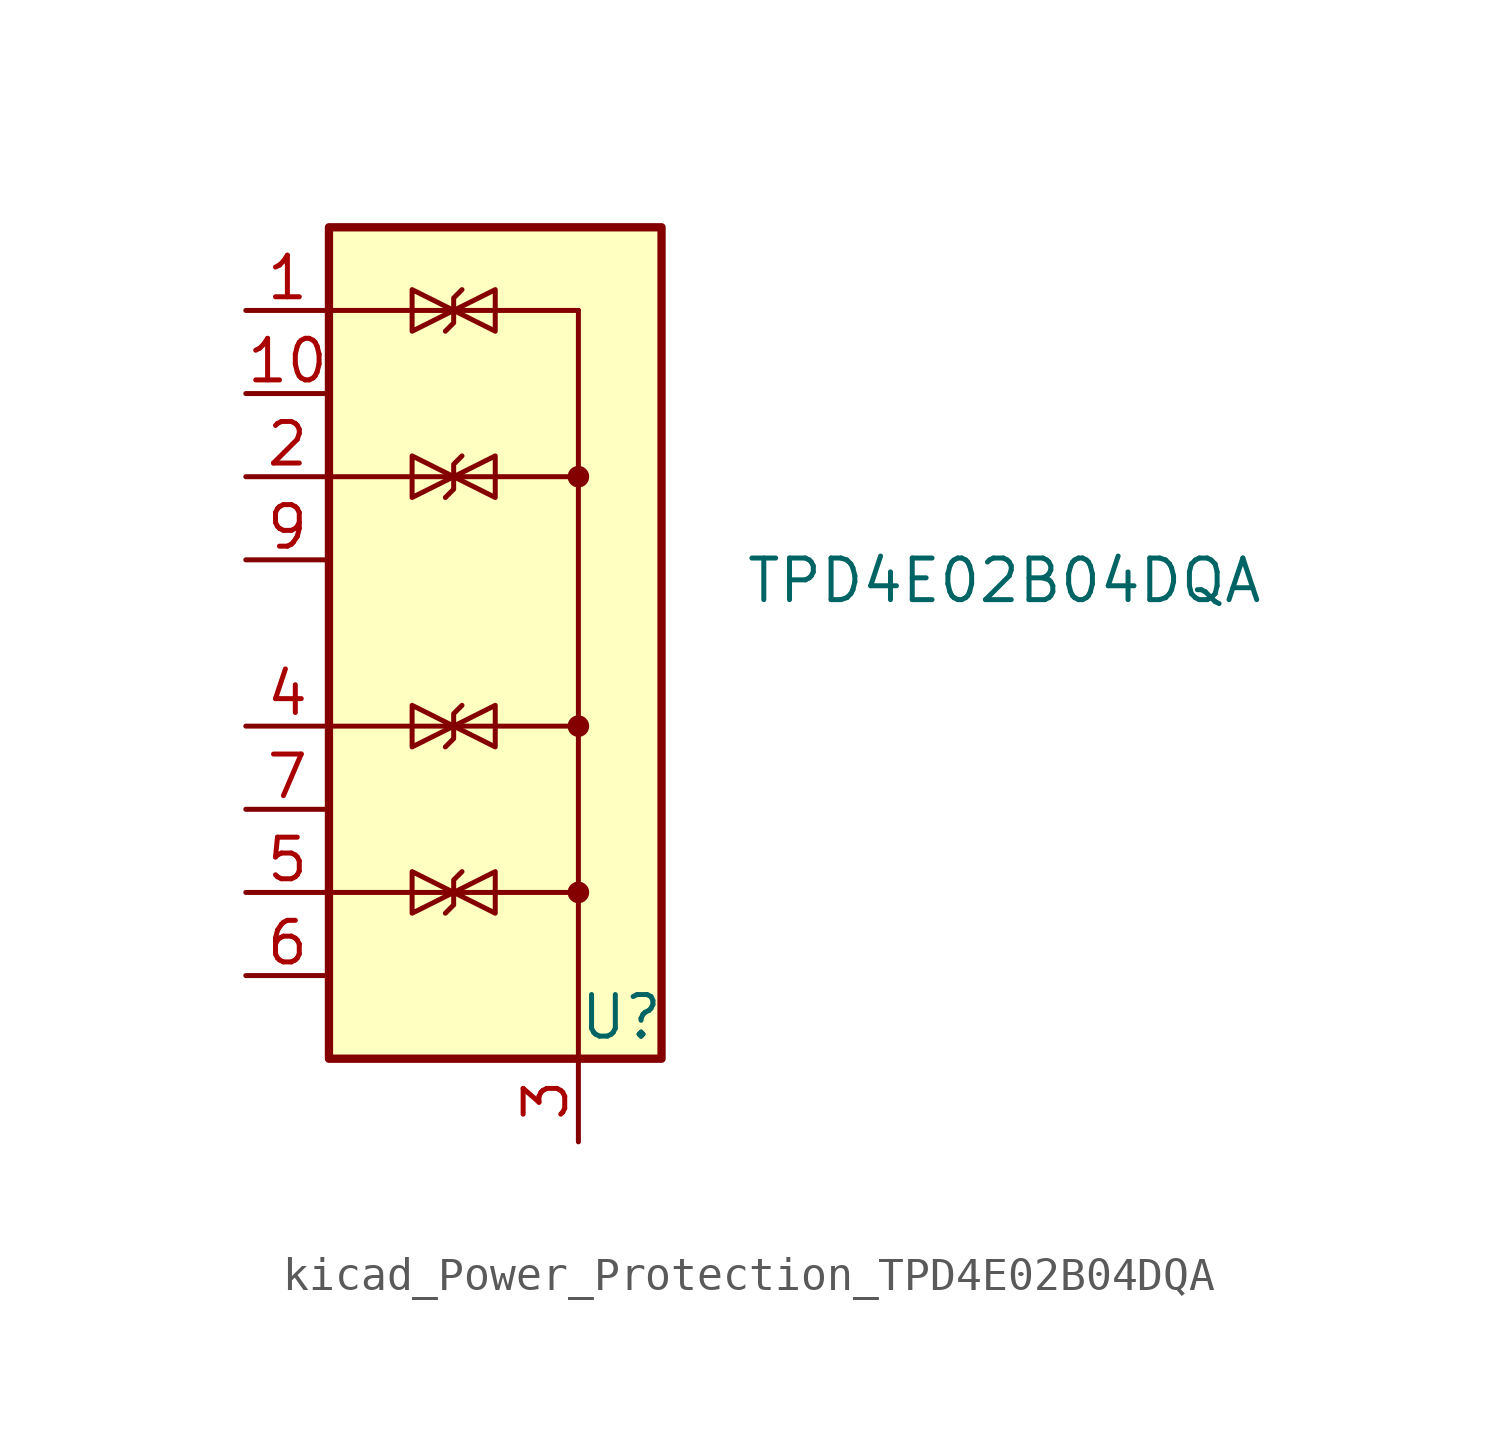
<source format=kicad_sym>
(kicad_symbol_lib
  (version 20220914)
  (generator kicad_symbol_editor)
  (symbol "kicad_Power_Protection_TPD4E02B04DQA"
    (pin_names hide)
    (property "Reference" "U"
      (at 2.54 -11.43 0)
      (effects (font (size 1.27 1.27)) (justify left)))
    (property "Value" "TPD4E02B04DQA"
      (at 7.62 1.905 0)
      (effects (font (size 1.27 1.27)) (justify left)))
    (symbol "kicad_Power_Protection_TPD4E02B04DQA_0_0"
      (pin passive line (at 2.54 -15.24 90) (length 2.54) (name "G" (effects (font (size 1.27 1.27)))) (number "3" (effects (font (size 1.27 1.27))))))
    (symbol "kicad_Power_Protection_TPD4E02B04DQA_0_1"
      (rectangle (start -5.08 12.7) (end 5.08 -12.7) (stroke (width 0.254) (type default)) (fill (type background)))
      (polyline (pts (xy -5.08 -7.62) (xy 2.54 -7.62)) (stroke (width 0) (type default)) (fill (type none)))
      (polyline (pts (xy -5.08 -2.54) (xy 2.54 -2.54)) (stroke (width 0) (type default)) (fill (type none)))
      (polyline (pts (xy -5.08 5.08) (xy 2.54 5.08)) (stroke (width 0) (type default)) (fill (type none)))
      (polyline (pts (xy -5.08 10.16) (xy 2.54 10.16)) (stroke (width 0) (type default)) (fill (type none)))
      (polyline (pts (xy 2.54 10.16) (xy 2.54 -12.7)) (stroke (width 0.152) (type default)) (fill (type none)))
      (polyline (pts (xy -1.27 -7.62) (xy 0 -8.255) (xy 0 -6.985) (xy -1.27 -7.62)) (stroke (width 0) (type default)) (fill (type none)))
      (polyline (pts (xy -1.27 -2.54) (xy 0 -3.175) (xy 0 -1.905) (xy -1.27 -2.54)) (stroke (width 0) (type default)) (fill (type none)))
      (polyline (pts (xy -1.27 5.08) (xy 0 4.445) (xy 0 5.715) (xy -1.27 5.08)) (stroke (width 0) (type default)) (fill (type none)))
      (polyline (pts (xy -1.27 10.16) (xy 0 9.525) (xy 0 10.795) (xy -1.27 10.16)) (stroke (width 0) (type default)) (fill (type none)))
      (circle (center 2.54 -7.62) (radius 0.254) (stroke (width 0) (type default)) (fill (type outline)))
      (circle (center 2.54 -2.54) (radius 0.254) (stroke (width 0) (type default)) (fill (type outline)))
      (circle (center 2.54 5.08) (radius 0.254) (stroke (width 0) (type default)) (fill (type outline))))
    (symbol "kicad_Power_Protection_TPD4E02B04DQA_1_1"
      (polyline (pts (xy -1.524 -8.255) (xy -1.27 -8.001) (xy -1.27 -7.239) (xy -1.016 -6.985)) (stroke (width 0) (type default)) (fill (type none)))
      (polyline (pts (xy -1.524 -3.175) (xy -1.27 -2.921) (xy -1.27 -2.159) (xy -1.016 -1.905)) (stroke (width 0) (type default)) (fill (type none)))
      (polyline (pts (xy -1.524 4.445) (xy -1.27 4.699) (xy -1.27 5.461) (xy -1.016 5.715)) (stroke (width 0) (type default)) (fill (type none)))
      (polyline (pts (xy -1.524 9.525) (xy -1.27 9.779) (xy -1.27 10.541) (xy -1.016 10.795)) (stroke (width 0) (type default)) (fill (type none)))
      (polyline (pts (xy -1.27 -7.62) (xy -2.54 -8.255) (xy -2.54 -6.985) (xy -1.27 -7.62)) (stroke (width 0) (type default)) (fill (type none)))
      (polyline (pts (xy -1.27 -2.54) (xy -2.54 -3.175) (xy -2.54 -1.905) (xy -1.27 -2.54)) (stroke (width 0) (type default)) (fill (type none)))
      (polyline (pts (xy -1.27 5.08) (xy -2.54 4.445) (xy -2.54 5.715) (xy -1.27 5.08)) (stroke (width 0) (type default)) (fill (type none)))
      (polyline (pts (xy -1.27 10.16) (xy -2.54 9.525) (xy -2.54 10.795) (xy -1.27 10.16)) (stroke (width 0) (type default)) (fill (type none)))
      (pin passive line (at -7.62 10.16 0) (length 2.54) (name "IO1" (effects (font (size 1.27 1.27)))) (number "1" (effects (font (size 1.27 1.27)))))
      (pin free line (at -7.62 7.62 0) (length 2.54) (name "NC" (effects (font (size 1.27 1.27)))) (number "10" (effects (font (size 1.27 1.27)))))
      (pin passive line (at -7.62 5.08 0) (length 2.54) (name "IO2" (effects (font (size 1.27 1.27)))) (number "2" (effects (font (size 1.27 1.27)))))
      (pin passive line (at -7.62 -2.54 0) (length 2.54) (name "IO3" (effects (font (size 1.27 1.27)))) (number "4" (effects (font (size 1.27 1.27)))))
      (pin passive line (at -7.62 -7.62 0) (length 2.54) (name "IO4" (effects (font (size 1.27 1.27)))) (number "5" (effects (font (size 1.27 1.27)))))
      (pin free line (at -7.62 -10.16 0) (length 2.54) (name "NC" (effects (font (size 1.27 1.27)))) (number "6" (effects (font (size 1.27 1.27)))))
      (pin free line (at -7.62 -5.08 0) (length 2.54) (name "NC" (effects (font (size 1.27 1.27)))) (number "7" (effects (font (size 1.27 1.27)))))
      (pin passive line (at 2.54 -15.24 90) (length 2.54) hide (name "G" (effects (font (size 1.27 1.27)))) (number "8" (effects (font (size 1.27 1.27)))))
      (pin free line (at -7.62 2.54 0) (length 2.54) (name "NC" (effects (font (size 1.27 1.27)))) (number "9" (effects (font (size 1.27 1.27))))))))
</source>
